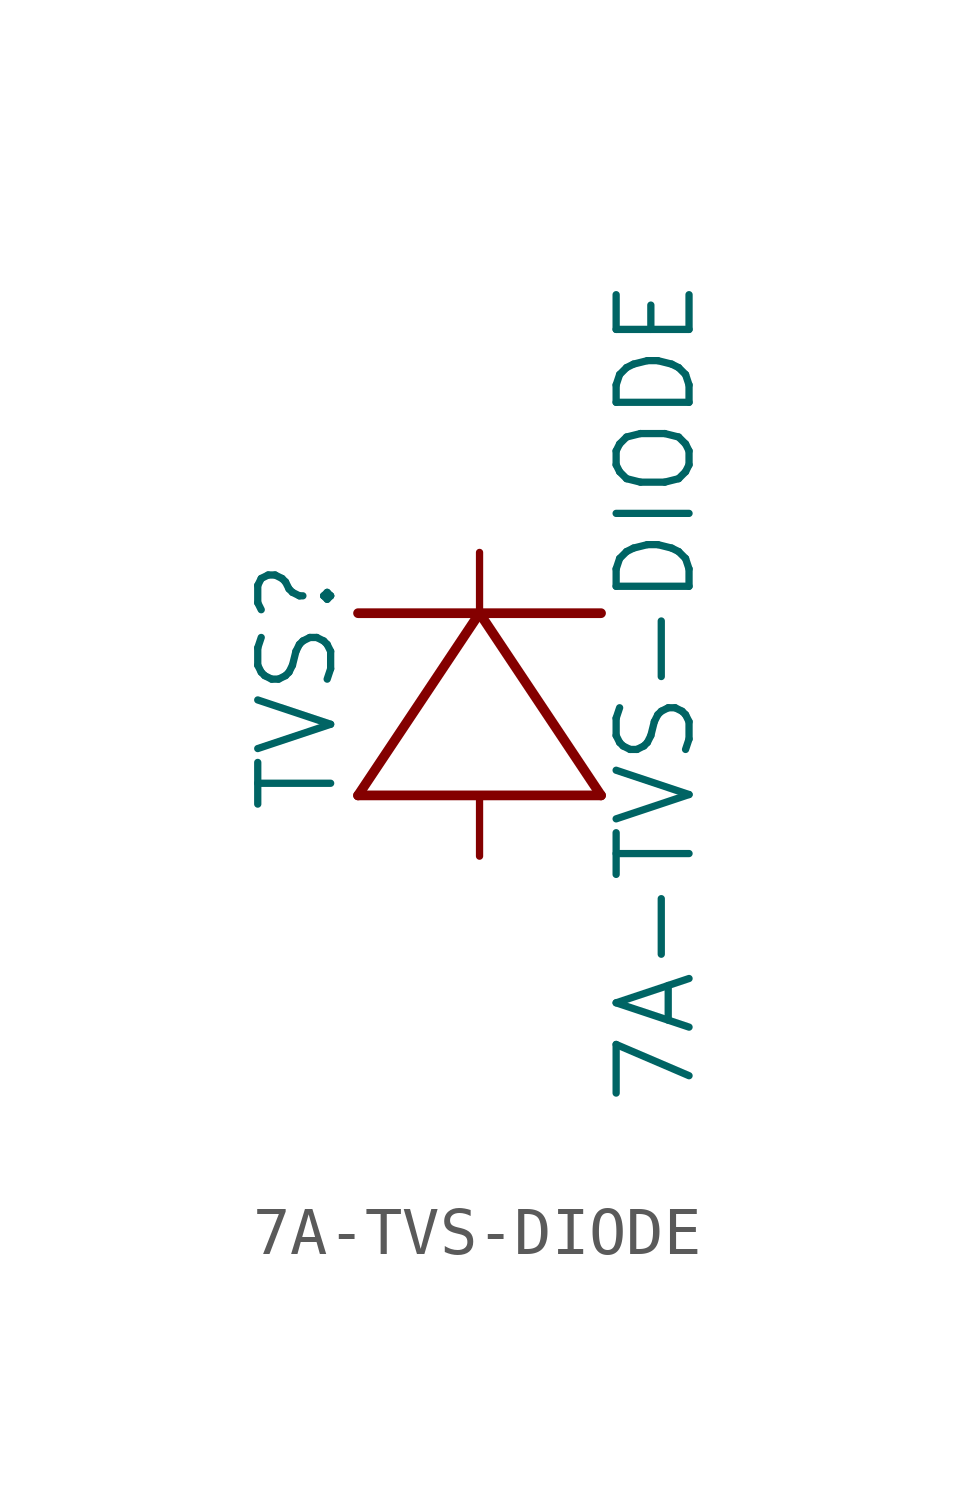
<source format=kicad_sym>
(kicad_symbol_lib
  (version 20220914)
  (generator kicad_symbol_editor)
  (symbol "7A-TVS-DIODE"
    (pin_numbers hide)
    (pin_names
      (offset -1.651) hide)
    (property "Reference" "TVS"
      (at 0 -2.794 90)
      (effects (font (size 1.524 1.524))))
    (property "Value" "7A-TVS-DIODE"
      (at 7.493 -2.921 90)
      (effects (font (size 1.524 1.524))))
    (property "Datasheet" ""
      (at 3.81 -7.62 90)
      (effects (font (size 1.524 1.524))))
    (symbol "7A-TVS-DIODE_1_1"
      (polyline (pts (xy 1.27 -5.08) (xy 6.35 -5.08)) (stroke (width 0.203) (type solid)) (fill (type none)))
      (polyline (pts (xy 3.81 -1.27) (xy 1.27 -5.08)) (stroke (width 0.203) (type solid)) (fill (type none)))
      (polyline (pts (xy 6.35 -5.08) (xy 3.81 -1.27)) (stroke (width 0.203) (type solid)) (fill (type none)))
      (polyline (pts (xy 6.35 -1.27) (xy 1.27 -1.27)) (stroke (width 0.203) (type solid)) (fill (type none)))
      (pin unspecified line (at 3.81 0 270) (length 1.27) (name "" (effects (font (size 1.499 1.499)))) (number "1" (effects (font (size 1.499 1.499)))))
      (pin unspecified line (at 3.81 -6.35 90) (length 1.27) (name "" (effects (font (size 1.499 1.499)))) (number "2" (effects (font (size 1.499 1.499))))))))
</source>
